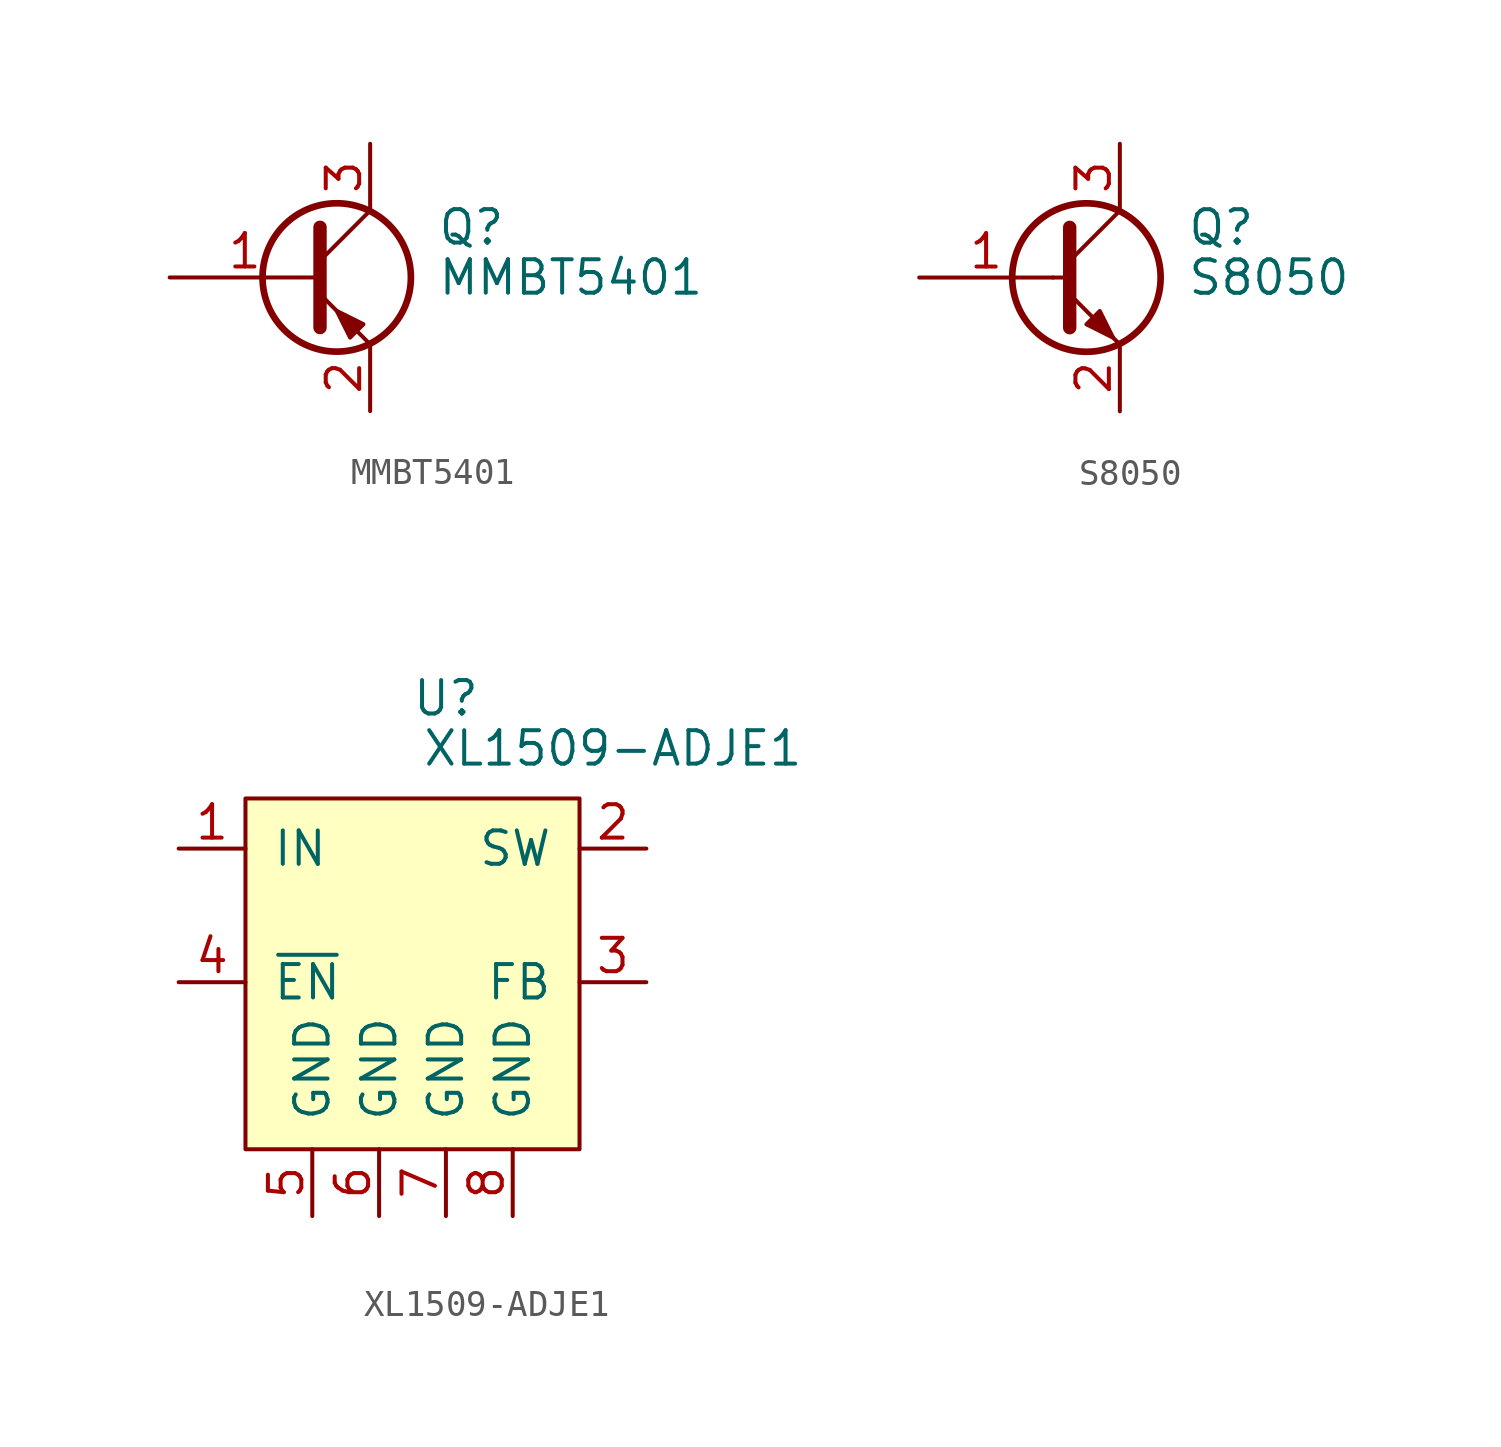
<source format=kicad_sym>
(kicad_symbol_lib
  (version 20231120)
  (generator "kicad_symbol_editor")
  (generator_version "8.0")
  (symbol "MMBT5401"
    (pin_names
      (offset 0) hide)
    (property "Reference" "Q"
      (at 5.08 1.905 0)
      (effects (font (size 1.27 1.27)) (justify left)))
    (property "Value" "MMBT5401"
      (at 5.08 0 0)
      (effects (font (size 1.27 1.27)) (justify left)))
    (symbol "MMBT5401_0_1"
      (polyline (pts (xy 0.635 0.635) (xy 2.54 2.54)) (stroke (width 0) (type solid)) (fill (type none)))
      (polyline (pts (xy 0.635 -0.635) (xy 2.54 -2.54) (xy 2.54 -2.54)) (stroke (width 0) (type solid)) (fill (type none)))
      (polyline (pts (xy 0.635 1.905) (xy 0.635 -1.905) (xy 0.635 -1.905)) (stroke (width 0.508) (type solid)) (fill (type none)))
      (polyline (pts (xy 2.286 -1.778) (xy 1.778 -2.286) (xy 1.27 -1.27) (xy 2.286 -1.778) (xy 2.286 -1.778)) (stroke (width 0) (type solid)) (fill (type outline)))
      (circle (center 1.27 0) (radius 2.819) (stroke (width 0.254) (type solid)) (fill (type none))))
    (symbol "MMBT5401_1_1"
      (pin input line (at -5.08 0 0) (length 5.715) (name "B" (effects (font (size 1.27 1.27)))) (number "1" (effects (font (size 1.27 1.27)))))
      (pin passive line (at 2.54 -5.08 90) (length 2.54) (name "E" (effects (font (size 1.27 1.27)))) (number "2" (effects (font (size 1.27 1.27)))))
      (pin passive line (at 2.54 5.08 270) (length 2.54) (name "C" (effects (font (size 1.27 1.27)))) (number "3" (effects (font (size 1.27 1.27)))))))
  (symbol "S8050"
    (pin_names
      (offset 0) hide)
    (property "Reference" "Q"
      (at 5.08 1.905 0)
      (effects (font (size 1.27 1.27)) (justify left)))
    (property "Value" "S8050"
      (at 5.08 0 0)
      (effects (font (size 1.27 1.27)) (justify left)))
    (symbol "S8050_0_1"
      (polyline (pts (xy 0 0) (xy 0.635 0)) (stroke (width 0) (type solid)) (fill (type none)))
      (polyline (pts (xy 0.635 0.635) (xy 2.54 2.54)) (stroke (width 0) (type solid)) (fill (type none)))
      (polyline (pts (xy 0.635 -0.635) (xy 2.54 -2.54) (xy 2.54 -2.54)) (stroke (width 0) (type solid)) (fill (type none)))
      (polyline (pts (xy 0.635 1.905) (xy 0.635 -1.905) (xy 0.635 -1.905)) (stroke (width 0.508) (type solid)) (fill (type none)))
      (polyline (pts (xy 1.27 -1.778) (xy 1.778 -1.27) (xy 2.286 -2.286) (xy 1.27 -1.778) (xy 1.27 -1.778)) (stroke (width 0) (type solid)) (fill (type outline)))
      (circle (center 1.27 0) (radius 2.819) (stroke (width 0.254) (type solid)) (fill (type none))))
    (symbol "S8050_1_1"
      (pin input line (at -5.08 0 0) (length 5.08) (name "B" (effects (font (size 1.27 1.27)))) (number "1" (effects (font (size 1.27 1.27)))))
      (pin passive line (at 2.54 -5.08 90) (length 2.54) (name "E" (effects (font (size 1.27 1.27)))) (number "2" (effects (font (size 1.27 1.27)))))
      (pin passive line (at 2.54 5.08 270) (length 2.54) (name "C" (effects (font (size 1.27 1.27)))) (number "3" (effects (font (size 1.27 1.27)))))))
  (symbol "XL1509-ADJE1"
    (pin_names
      (offset 1.016))
    (property "Reference" "U"
      (at 1.27 10.795 0)
      (effects (font (size 1.27 1.27))))
    (property "Value" "XL1509-ADJE1"
      (at 7.62 8.89 0)
      (effects (font (size 1.27 1.27))))
    (symbol "XL1509-ADJE1_0_1"
      (rectangle (start -6.35 6.985) (end 6.35 -6.35) (stroke (width 0) (type solid)) (fill (type background))))
    (symbol "XL1509-ADJE1_1_1"
      (pin power_in line (at -8.89 5.08 0) (length 2.54) (name "IN" (effects (font (size 1.27 1.27)))) (number "1" (effects (font (size 1.27 1.27)))))
      (pin power_out line (at 8.89 5.08 180) (length 2.54) (name "SW" (effects (font (size 1.27 1.27)))) (number "2" (effects (font (size 1.27 1.27)))))
      (pin input line (at 8.89 0 180) (length 2.54) (name "FB" (effects (font (size 1.27 1.27)))) (number "3" (effects (font (size 1.27 1.27)))))
      (pin input line (at -8.89 0 0) (length 2.54) (name "~{EN}" (effects (font (size 1.27 1.27)))) (number "4" (effects (font (size 1.27 1.27)))))
      (pin power_in line (at -3.81 -8.89 90) (length 2.54) (name "GND" (effects (font (size 1.27 1.27)))) (number "5" (effects (font (size 1.27 1.27)))))
      (pin power_in line (at -1.27 -8.89 90) (length 2.54) (name "GND" (effects (font (size 1.27 1.27)))) (number "6" (effects (font (size 1.27 1.27)))))
      (pin power_in line (at 1.27 -8.89 90) (length 2.54) (name "GND" (effects (font (size 1.27 1.27)))) (number "7" (effects (font (size 1.27 1.27)))))
      (pin power_in line (at 3.81 -8.89 90) (length 2.54) (name "GND" (effects (font (size 1.27 1.27)))) (number "8" (effects (font (size 1.27 1.27))))))))
</source>
